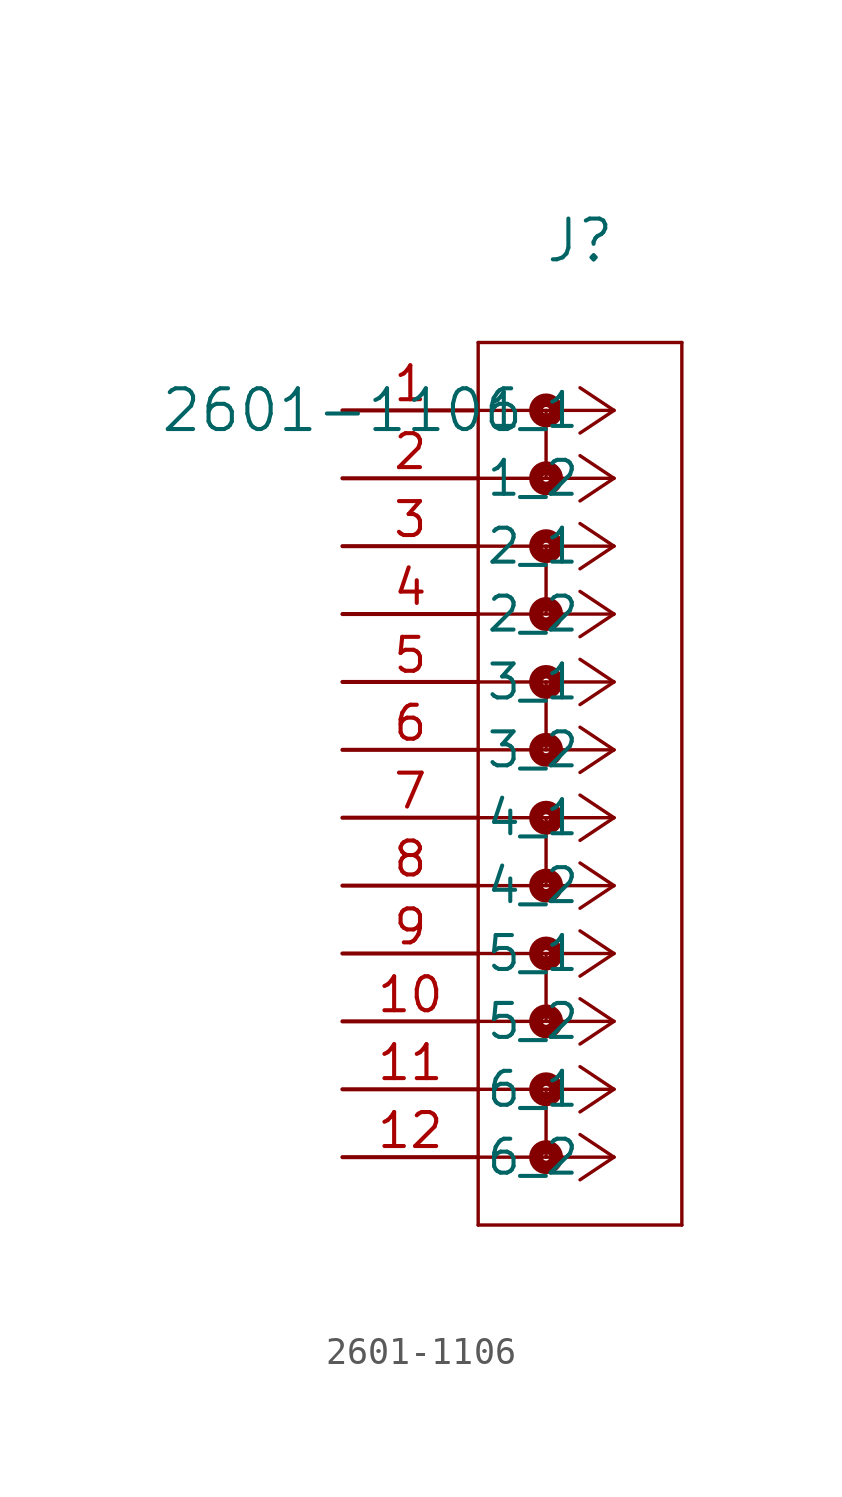
<source format=kicad_sym>
(kicad_symbol_lib
  (version 20211014)
  (generator kicad_symbol_editor)
  (symbol "2601-1106"
    (pin_names
      (offset 0.254))
    (property "Reference" "J"
      (at 8.89 6.35 0)
      (effects (font (size 1.524 1.524))))
    (property "Value" "2601-1106"
      (at 0 0 0)
      (effects (font (size 1.524 1.524))))
    (symbol "2601-1106_1_1"
      (polyline (pts (xy 10.16 0) (xy 5.08 0)) (stroke (width 0.127) (type default) (color 0 0 0 0)) (fill (type none)))
      (polyline (pts (xy 10.16 -2.54) (xy 5.08 -2.54)) (stroke (width 0.127) (type default) (color 0 0 0 0)) (fill (type none)))
      (polyline (pts (xy 10.16 -5.08) (xy 5.08 -5.08)) (stroke (width 0.127) (type default) (color 0 0 0 0)) (fill (type none)))
      (polyline (pts (xy 10.16 -7.62) (xy 5.08 -7.62)) (stroke (width 0.127) (type default) (color 0 0 0 0)) (fill (type none)))
      (polyline (pts (xy 10.16 -10.16) (xy 5.08 -10.16)) (stroke (width 0.127) (type default) (color 0 0 0 0)) (fill (type none)))
      (polyline (pts (xy 10.16 -12.7) (xy 5.08 -12.7)) (stroke (width 0.127) (type default) (color 0 0 0 0)) (fill (type none)))
      (polyline (pts (xy 10.16 -15.24) (xy 5.08 -15.24)) (stroke (width 0.127) (type default) (color 0 0 0 0)) (fill (type none)))
      (polyline (pts (xy 10.16 -17.78) (xy 5.08 -17.78)) (stroke (width 0.127) (type default) (color 0 0 0 0)) (fill (type none)))
      (polyline (pts (xy 10.16 -20.32) (xy 5.08 -20.32)) (stroke (width 0.127) (type default) (color 0 0 0 0)) (fill (type none)))
      (polyline (pts (xy 10.16 -22.86) (xy 5.08 -22.86)) (stroke (width 0.127) (type default) (color 0 0 0 0)) (fill (type none)))
      (polyline (pts (xy 10.16 -25.4) (xy 5.08 -25.4)) (stroke (width 0.127) (type default) (color 0 0 0 0)) (fill (type none)))
      (polyline (pts (xy 10.16 -27.94) (xy 5.08 -27.94)) (stroke (width 0.127) (type default) (color 0 0 0 0)) (fill (type none)))
      (polyline (pts (xy 10.16 0) (xy 8.89 0.847)) (stroke (width 0.127) (type default) (color 0 0 0 0)) (fill (type none)))
      (polyline (pts (xy 10.16 -2.54) (xy 8.89 -1.693)) (stroke (width 0.127) (type default) (color 0 0 0 0)) (fill (type none)))
      (polyline (pts (xy 10.16 -5.08) (xy 8.89 -4.233)) (stroke (width 0.127) (type default) (color 0 0 0 0)) (fill (type none)))
      (polyline (pts (xy 10.16 -7.62) (xy 8.89 -6.773)) (stroke (width 0.127) (type default) (color 0 0 0 0)) (fill (type none)))
      (polyline (pts (xy 10.16 -10.16) (xy 8.89 -9.313)) (stroke (width 0.127) (type default) (color 0 0 0 0)) (fill (type none)))
      (polyline (pts (xy 10.16 -12.7) (xy 8.89 -11.853)) (stroke (width 0.127) (type default) (color 0 0 0 0)) (fill (type none)))
      (polyline (pts (xy 10.16 -15.24) (xy 8.89 -14.393)) (stroke (width 0.127) (type default) (color 0 0 0 0)) (fill (type none)))
      (polyline (pts (xy 10.16 -17.78) (xy 8.89 -16.933)) (stroke (width 0.127) (type default) (color 0 0 0 0)) (fill (type none)))
      (polyline (pts (xy 10.16 -20.32) (xy 8.89 -19.473)) (stroke (width 0.127) (type default) (color 0 0 0 0)) (fill (type none)))
      (polyline (pts (xy 10.16 -22.86) (xy 8.89 -22.013)) (stroke (width 0.127) (type default) (color 0 0 0 0)) (fill (type none)))
      (polyline (pts (xy 10.16 -25.4) (xy 8.89 -24.553)) (stroke (width 0.127) (type default) (color 0 0 0 0)) (fill (type none)))
      (polyline (pts (xy 10.16 -27.94) (xy 8.89 -27.093)) (stroke (width 0.127) (type default) (color 0 0 0 0)) (fill (type none)))
      (polyline (pts (xy 10.16 0) (xy 8.89 -0.847)) (stroke (width 0.127) (type default) (color 0 0 0 0)) (fill (type none)))
      (polyline (pts (xy 10.16 -2.54) (xy 8.89 -3.387)) (stroke (width 0.127) (type default) (color 0 0 0 0)) (fill (type none)))
      (polyline (pts (xy 10.16 -5.08) (xy 8.89 -5.927)) (stroke (width 0.127) (type default) (color 0 0 0 0)) (fill (type none)))
      (polyline (pts (xy 10.16 -7.62) (xy 8.89 -8.467)) (stroke (width 0.127) (type default) (color 0 0 0 0)) (fill (type none)))
      (polyline (pts (xy 10.16 -10.16) (xy 8.89 -11.007)) (stroke (width 0.127) (type default) (color 0 0 0 0)) (fill (type none)))
      (polyline (pts (xy 10.16 -12.7) (xy 8.89 -13.547)) (stroke (width 0.127) (type default) (color 0 0 0 0)) (fill (type none)))
      (polyline (pts (xy 10.16 -15.24) (xy 8.89 -16.087)) (stroke (width 0.127) (type default) (color 0 0 0 0)) (fill (type none)))
      (polyline (pts (xy 10.16 -17.78) (xy 8.89 -18.627)) (stroke (width 0.127) (type default) (color 0 0 0 0)) (fill (type none)))
      (polyline (pts (xy 10.16 -20.32) (xy 8.89 -21.167)) (stroke (width 0.127) (type default) (color 0 0 0 0)) (fill (type none)))
      (polyline (pts (xy 10.16 -22.86) (xy 8.89 -23.707)) (stroke (width 0.127) (type default) (color 0 0 0 0)) (fill (type none)))
      (polyline (pts (xy 10.16 -25.4) (xy 8.89 -26.247)) (stroke (width 0.127) (type default) (color 0 0 0 0)) (fill (type none)))
      (polyline (pts (xy 10.16 -27.94) (xy 8.89 -28.787)) (stroke (width 0.127) (type default) (color 0 0 0 0)) (fill (type none)))
      (polyline (pts (xy 5.08 2.54) (xy 5.08 -30.48)) (stroke (width 0.127) (type default) (color 0 0 0 0)) (fill (type none)))
      (polyline (pts (xy 5.08 -30.48) (xy 12.7 -30.48)) (stroke (width 0.127) (type default) (color 0 0 0 0)) (fill (type none)))
      (polyline (pts (xy 12.7 -30.48) (xy 12.7 2.54)) (stroke (width 0.127) (type default) (color 0 0 0 0)) (fill (type none)))
      (polyline (pts (xy 12.7 2.54) (xy 5.08 2.54)) (stroke (width 0.127) (type default) (color 0 0 0 0)) (fill (type none)))
      (circle (center 7.62 0) (radius 0.127) (stroke (width 0.508) (type default) (color 0 0 0 0)) (fill (type none)))
      (polyline (pts (xy 7.62 0) (xy 7.62 -2.54)) (stroke (width 0.127) (type default) (color 0 0 0 0)) (fill (type none)))
      (circle (center 7.62 -2.54) (radius 0.127) (stroke (width 0.508) (type default) (color 0 0 0 0)) (fill (type none)))
      (circle (center 7.62 -5.08) (radius 0.127) (stroke (width 0.508) (type default) (color 0 0 0 0)) (fill (type none)))
      (polyline (pts (xy 7.62 -5.08) (xy 7.62 -7.62)) (stroke (width 0.127) (type default) (color 0 0 0 0)) (fill (type none)))
      (circle (center 7.62 -7.62) (radius 0.127) (stroke (width 0.508) (type default) (color 0 0 0 0)) (fill (type none)))
      (circle (center 7.62 -10.16) (radius 0.127) (stroke (width 0.508) (type default) (color 0 0 0 0)) (fill (type none)))
      (polyline (pts (xy 7.62 -10.16) (xy 7.62 -12.7)) (stroke (width 0.127) (type default) (color 0 0 0 0)) (fill (type none)))
      (circle (center 7.62 -12.7) (radius 0.127) (stroke (width 0.508) (type default) (color 0 0 0 0)) (fill (type none)))
      (circle (center 7.62 -15.24) (radius 0.127) (stroke (width 0.508) (type default) (color 0 0 0 0)) (fill (type none)))
      (polyline (pts (xy 7.62 -15.24) (xy 7.62 -17.78)) (stroke (width 0.127) (type default) (color 0 0 0 0)) (fill (type none)))
      (circle (center 7.62 -17.78) (radius 0.127) (stroke (width 0.508) (type default) (color 0 0 0 0)) (fill (type none)))
      (circle (center 7.62 -20.32) (radius 0.127) (stroke (width 0.508) (type default) (color 0 0 0 0)) (fill (type none)))
      (polyline (pts (xy 7.62 -20.32) (xy 7.62 -22.86)) (stroke (width 0.127) (type default) (color 0 0 0 0)) (fill (type none)))
      (circle (center 7.62 -22.86) (radius 0.127) (stroke (width 0.508) (type default) (color 0 0 0 0)) (fill (type none)))
      (circle (center 7.62 -25.4) (radius 0.127) (stroke (width 0.508) (type default) (color 0 0 0 0)) (fill (type none)))
      (polyline (pts (xy 7.62 -25.4) (xy 7.62 -27.94)) (stroke (width 0.127) (type default) (color 0 0 0 0)) (fill (type none)))
      (circle (center 7.62 -27.94) (radius 0.127) (stroke (width 0.508) (type default) (color 0 0 0 0)) (fill (type none)))
      (pin unspecified line (at 0 0 0) (length 5.08) (name "1_1" (effects (font (size 1.27 1.27)))) (number "1" (effects (font (size 1.27 1.27)))))
      (pin unspecified line (at 0 -2.54 0) (length 5.08) (name "1_2" (effects (font (size 1.27 1.27)))) (number "2" (effects (font (size 1.27 1.27)))))
      (pin unspecified line (at 0 -5.08 0) (length 5.08) (name "2_1" (effects (font (size 1.27 1.27)))) (number "3" (effects (font (size 1.27 1.27)))))
      (pin unspecified line (at 0 -7.62 0) (length 5.08) (name "2_2" (effects (font (size 1.27 1.27)))) (number "4" (effects (font (size 1.27 1.27)))))
      (pin unspecified line (at 0 -10.16 0) (length 5.08) (name "3_1" (effects (font (size 1.27 1.27)))) (number "5" (effects (font (size 1.27 1.27)))))
      (pin unspecified line (at 0 -12.7 0) (length 5.08) (name "3_2" (effects (font (size 1.27 1.27)))) (number "6" (effects (font (size 1.27 1.27)))))
      (pin unspecified line (at 0 -15.24 0) (length 5.08) (name "4_1" (effects (font (size 1.27 1.27)))) (number "7" (effects (font (size 1.27 1.27)))))
      (pin unspecified line (at 0 -17.78 0) (length 5.08) (name "4_2" (effects (font (size 1.27 1.27)))) (number "8" (effects (font (size 1.27 1.27)))))
      (pin unspecified line (at 0 -20.32 0) (length 5.08) (name "5_1" (effects (font (size 1.27 1.27)))) (number "9" (effects (font (size 1.27 1.27)))))
      (pin unspecified line (at 0 -22.86 0) (length 5.08) (name "5_2" (effects (font (size 1.27 1.27)))) (number "10" (effects (font (size 1.27 1.27)))))
      (pin unspecified line (at 0 -25.4 0) (length 5.08) (name "6_1" (effects (font (size 1.27 1.27)))) (number "11" (effects (font (size 1.27 1.27)))))
      (pin unspecified line (at 0 -27.94 0) (length 5.08) (name "6_2" (effects (font (size 1.27 1.27)))) (number "12" (effects (font (size 1.27 1.27))))))))
</source>
